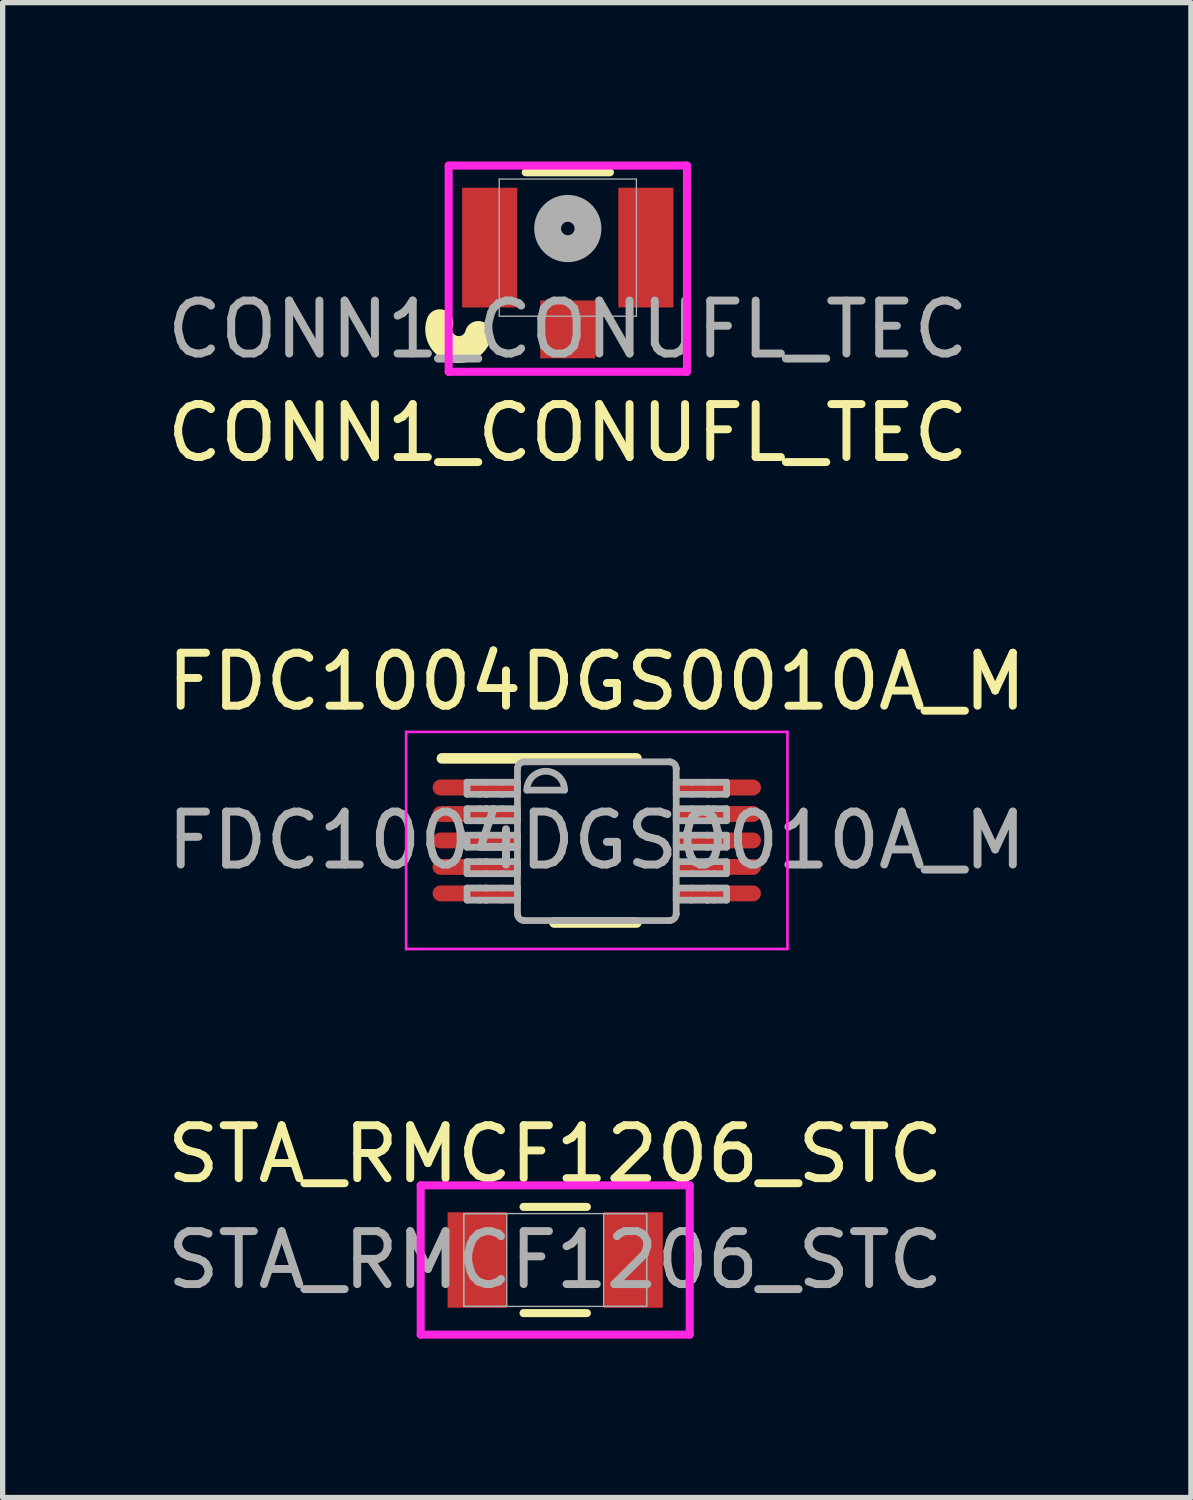
<source format=kicad_pcb>
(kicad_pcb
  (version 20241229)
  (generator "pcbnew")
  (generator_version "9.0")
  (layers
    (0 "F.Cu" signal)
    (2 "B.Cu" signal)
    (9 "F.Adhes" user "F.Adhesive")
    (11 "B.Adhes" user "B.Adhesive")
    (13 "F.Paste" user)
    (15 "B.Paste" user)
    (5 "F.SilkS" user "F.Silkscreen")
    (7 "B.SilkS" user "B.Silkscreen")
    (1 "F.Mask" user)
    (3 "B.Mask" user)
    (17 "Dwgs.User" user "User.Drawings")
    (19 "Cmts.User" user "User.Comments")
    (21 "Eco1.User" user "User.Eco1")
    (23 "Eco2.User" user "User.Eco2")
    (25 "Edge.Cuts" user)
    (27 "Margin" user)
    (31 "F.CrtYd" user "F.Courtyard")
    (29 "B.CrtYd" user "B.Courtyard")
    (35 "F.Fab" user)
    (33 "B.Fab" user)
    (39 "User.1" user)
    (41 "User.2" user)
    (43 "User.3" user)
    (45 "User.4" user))
  (footprint "CONN1_CONUFL_TEC"
    (layer "F.Cu")
    (at 7.673 1.626)
    (property "Reference" "CONN1_CONUFL_TEC" (at 0 3.5 0) (unlocked yes) (layer "F.SilkS") (effects (font (size 1 1) (thickness 0.15))))
    (attr smd)
    (fp_line (start 0.795 -1.422) (end -0.795 -1.422) (stroke (width 0.152) (type solid)) (layer "F.SilkS"))
    (fp_arc (start -1.688756 1.640841) (mid -2.168571 1.90902) (end -2.416992 1.418683) (stroke (width 0.508) (type solid)) (layer "F.SilkS"))
    (fp_line (start -2.25 -1.549) (end -2.25 2.345) (stroke (width 0.152) (type solid)) (layer "F.CrtYd"))
    (fp_line (start -2.25 2.345) (end 2.25 2.345) (stroke (width 0.152) (type solid)) (layer "F.CrtYd"))
    (fp_line (start 2.25 -1.549) (end -2.25 -1.549) (stroke (width 0.152) (type solid)) (layer "F.CrtYd"))
    (fp_line (start 2.25 2.345) (end 2.25 -1.549) (stroke (width 0.152) (type solid)) (layer "F.CrtYd"))
    (fp_line (start -1.295 -1.295) (end -1.295 1.295) (stroke (width 0.025) (type solid)) (layer "F.Fab"))
    (fp_line (start -1.295 1.295) (end 1.295 1.295) (stroke (width 0.025) (type solid)) (layer "F.Fab"))
    (fp_line (start 1.295 -1.295) (end -1.295 -1.295) (stroke (width 0.025) (type solid)) (layer "F.Fab"))
    (fp_line (start 1.295 1.295) (end 1.295 -1.295) (stroke (width 0.025) (type solid)) (layer "F.Fab"))
    (fp_circle (center 0 -0.36) (end 0.381 -0.36) (stroke (width 0.508) (type solid)) (fill no) (layer "F.Fab"))
    (fp_text user "${REFERENCE}" (at 0 1.545 0) (unlocked yes) (layer "F.Fab") (effects (font (size 1 1) (thickness 0.15))))
    (pad "1" smd rect (at 0 1.545) (size 1.041 1.092) (layers "F.Cu" "F.Mask" "F.Paste"))
    (pad "2" smd rect (at -1.475 0) (size 1.041 2.261) (layers "F.Cu" "F.Mask" "F.Paste"))
    (pad "3" smd rect (at 1.475 0) (size 1.041 2.261) (layers "F.Cu" "F.Mask" "F.Paste")))
  (footprint "FDC1004DGS0010A_M"
    (layer "F.Cu")
    (at 8.22 12.822)
    (property "Reference" "FDC1004DGS0010A_M" (at 0 -3 0) (unlocked yes) (layer "F.SilkS") (effects (font (size 1 1) (thickness 0.15))))
    (attr smd)
    (fp_line (start -2.925 -1.55) (end 0.75 -1.55) (stroke (width 0.2) (type solid)) (layer "F.SilkS"))
    (fp_line (start -0.8 1.55) (end 0.75 1.55) (stroke (width 0.2) (type solid)) (layer "F.SilkS"))
    (fp_line (start -3.6 -2.05) (end 3.6 -2.05) (stroke (width 0.05) (type solid)) (layer "F.CrtYd"))
    (fp_line (start -3.6 2.05) (end -3.6 -2.05) (stroke (width 0.05) (type solid)) (layer "F.CrtYd"))
    (fp_line (start -3.6 2.05) (end 3.6 2.05) (stroke (width 0.05) (type solid)) (layer "F.CrtYd"))
    (fp_line (start 3.6 2.05) (end 3.6 -2.05) (stroke (width 0.05) (type solid)) (layer "F.CrtYd"))
    (fp_line (start -2.45 -1.1) (end -2.21 -1.1) (stroke (width 0.127) (type solid)) (layer "F.Fab"))
    (fp_line (start -2.45 -0.871) (end -2.45 -1.1) (stroke (width 0.127) (type solid)) (layer "F.Fab"))
    (fp_line (start -2.45 -0.871) (end -2.21 -0.871) (stroke (width 0.127) (type solid)) (layer "F.Fab"))
    (fp_line (start -2.45 -0.6) (end -2.21 -0.6) (stroke (width 0.127) (type solid)) (layer "F.Fab"))
    (fp_line (start -2.45 -0.372) (end -2.45 -0.6) (stroke (width 0.127) (type solid)) (layer "F.Fab"))
    (fp_line (start -2.45 -0.372) (end -2.21 -0.372) (stroke (width 0.127) (type solid)) (layer "F.Fab"))
    (fp_line (start -2.45 -0.1) (end -2.21 -0.1) (stroke (width 0.127) (type solid)) (layer "F.Fab"))
    (fp_line (start -2.45 0.128) (end -2.45 -0.1) (stroke (width 0.127) (type solid)) (layer "F.Fab"))
    (fp_line (start -2.45 0.128) (end -2.21 0.128) (stroke (width 0.127) (type solid)) (layer "F.Fab"))
    (fp_line (start -2.45 0.4) (end -2.21 0.4) (stroke (width 0.127) (type solid)) (layer "F.Fab"))
    (fp_line (start -2.45 0.628) (end -2.45 0.4) (stroke (width 0.127) (type solid)) (layer "F.Fab"))
    (fp_line (start -2.45 0.628) (end -2.21 0.628) (stroke (width 0.127) (type solid)) (layer "F.Fab"))
    (fp_line (start -2.45 0.899) (end -2.21 0.899) (stroke (width 0.127) (type solid)) (layer "F.Fab"))
    (fp_line (start -2.45 1.128) (end -2.45 0.899) (stroke (width 0.127) (type solid)) (layer "F.Fab"))
    (fp_line (start -2.45 1.128) (end -2.21 1.128) (stroke (width 0.127) (type solid)) (layer "F.Fab"))
    (fp_line (start -2.21 -1.1) (end -2.09 -1.1) (stroke (width 0.127) (type solid)) (layer "F.Fab"))
    (fp_line (start -2.21 -0.871) (end -2.09 -0.871) (stroke (width 0.127) (type solid)) (layer "F.Fab"))
    (fp_line (start -2.21 -0.6) (end -2.09 -0.6) (stroke (width 0.127) (type solid)) (layer "F.Fab"))
    (fp_line (start -2.21 -0.372) (end -2.09 -0.372) (stroke (width 0.127) (type solid)) (layer "F.Fab"))
    (fp_line (start -2.21 -0.1) (end -2.09 -0.1) (stroke (width 0.127) (type solid)) (layer "F.Fab"))
    (fp_line (start -2.21 0.128) (end -2.09 0.128) (stroke (width 0.127) (type solid)) (layer "F.Fab"))
    (fp_line (start -2.21 0.4) (end -2.09 0.4) (stroke (width 0.127) (type solid)) (layer "F.Fab"))
    (fp_line (start -2.21 0.628) (end -2.09 0.628) (stroke (width 0.127) (type solid)) (layer "F.Fab"))
    (fp_line (start -2.21 0.899) (end -2.09 0.899) (stroke (width 0.127) (type solid)) (layer "F.Fab"))
    (fp_line (start -2.21 1.128) (end -2.09 1.128) (stroke (width 0.127) (type solid)) (layer "F.Fab"))
    (fp_line (start -2.09 -1.1) (end -2.087 -1.1) (stroke (width 0.127) (type solid)) (layer "F.Fab"))
    (fp_line (start -2.09 -0.871) (end -2.087 -0.871) (stroke (width 0.127) (type solid)) (layer "F.Fab"))
    (fp_line (start -2.09 -0.6) (end -2.087 -0.6) (stroke (width 0.127) (type solid)) (layer "F.Fab"))
    (fp_line (start -2.09 -0.372) (end -2.087 -0.372) (stroke (width 0.127) (type solid)) (layer "F.Fab"))
    (fp_line (start -2.09 -0.1) (end -2.087 -0.1) (stroke (width 0.127) (type solid)) (layer "F.Fab"))
    (fp_line (start -2.09 0.128) (end -2.087 0.128) (stroke (width 0.127) (type solid)) (layer "F.Fab"))
    (fp_line (start -2.09 0.4) (end -2.087 0.4) (stroke (width 0.127) (type solid)) (layer "F.Fab"))
    (fp_line (start -2.09 0.628) (end -2.087 0.628) (stroke (width 0.127) (type solid)) (layer "F.Fab"))
    (fp_line (start -2.09 0.899) (end -2.087 0.899) (stroke (width 0.127) (type solid)) (layer "F.Fab"))
    (fp_line (start -2.09 1.128) (end -2.087 1.128) (stroke (width 0.127) (type solid)) (layer "F.Fab"))
    (fp_line (start -2.087 -1.1) (end -1.784 -1.1) (stroke (width 0.127) (type solid)) (layer "F.Fab"))
    (fp_line (start -2.087 -0.871) (end -1.784 -0.871) (stroke (width 0.127) (type solid)) (layer "F.Fab"))
    (fp_line (start -2.087 -0.6) (end -1.784 -0.6) (stroke (width 0.127) (type solid)) (layer "F.Fab"))
    (fp_line (start -2.087 -0.372) (end -1.784 -0.372) (stroke (width 0.127) (type solid)) (layer "F.Fab"))
    (fp_line (start -2.087 -0.1) (end -1.784 -0.1) (stroke (width 0.127) (type solid)) (layer "F.Fab"))
    (fp_line (start -2.087 0.128) (end -1.784 0.128) (stroke (width 0.127) (type solid)) (layer "F.Fab"))
    (fp_line (start -2.087 0.4) (end -1.784 0.4) (stroke (width 0.127) (type solid)) (layer "F.Fab"))
    (fp_line (start -2.087 0.628) (end -1.784 0.628) (stroke (width 0.127) (type solid)) (layer "F.Fab"))
    (fp_line (start -2.087 0.899) (end -1.784 0.899) (stroke (width 0.127) (type solid)) (layer "F.Fab"))
    (fp_line (start -2.087 1.128) (end -1.784 1.128) (stroke (width 0.127) (type solid)) (layer "F.Fab"))
    (fp_line (start -1.784 -1.1) (end -1.498 -1.1) (stroke (width 0.127) (type solid)) (layer "F.Fab"))
    (fp_line (start -1.784 -0.871) (end -1.498 -0.871) (stroke (width 0.127) (type solid)) (layer "F.Fab"))
    (fp_line (start -1.784 -0.6) (end -1.498 -0.6) (stroke (width 0.127) (type solid)) (layer "F.Fab"))
    (fp_line (start -1.784 -0.372) (end -1.498 -0.372) (stroke (width 0.127) (type solid)) (layer "F.Fab"))
    (fp_line (start -1.784 -0.1) (end -1.498 -0.1) (stroke (width 0.127) (type solid)) (layer "F.Fab"))
    (fp_line (start -1.784 0.128) (end -1.498 0.128) (stroke (width 0.127) (type solid)) (layer "F.Fab"))
    (fp_line (start -1.784 0.4) (end -1.498 0.4) (stroke (width 0.127) (type solid)) (layer "F.Fab"))
    (fp_line (start -1.784 0.628) (end -1.498 0.628) (stroke (width 0.127) (type solid)) (layer "F.Fab"))
    (fp_line (start -1.784 0.899) (end -1.498 0.899) (stroke (width 0.127) (type solid)) (layer "F.Fab"))
    (fp_line (start -1.784 1.128) (end -1.498 1.128) (stroke (width 0.127) (type solid)) (layer "F.Fab"))
    (fp_line (start -1.498 -1.358) (end -1.497 -1.36) (stroke (width 0.127) (type solid)) (layer "F.Fab"))
    (fp_line (start -1.498 -0.871) (end -1.498 -1.1) (stroke (width 0.127) (type solid)) (layer "F.Fab"))
    (fp_line (start -1.498 -0.372) (end -1.498 -0.6) (stroke (width 0.127) (type solid)) (layer "F.Fab"))
    (fp_line (start -1.498 0.128) (end -1.498 -0.1) (stroke (width 0.127) (type solid)) (layer "F.Fab"))
    (fp_line (start -1.498 0.628) (end -1.498 0.4) (stroke (width 0.127) (type solid)) (layer "F.Fab"))
    (fp_line (start -1.498 1.128) (end -1.498 0.899) (stroke (width 0.127) (type solid)) (layer "F.Fab"))
    (fp_line (start -1.498 1.386) (end -1.498 -1.358) (stroke (width 0.127) (type solid)) (layer "F.Fab"))
    (fp_line (start -1.498 1.386) (end -1.497 1.388) (stroke (width 0.127) (type solid)) (layer "F.Fab"))
    (fp_line (start -1.373 -1.485) (end -1.371 -1.485) (stroke (width 0.127) (type solid)) (layer "F.Fab"))
    (fp_line (start -1.373 1.513) (end -1.371 1.513) (stroke (width 0.127) (type solid)) (layer "F.Fab"))
    (fp_line (start -1.371 -1.485) (end 1.373 -1.485) (stroke (width 0.127) (type solid)) (layer "F.Fab"))
    (fp_line (start -1.371 1.513) (end 1.373 1.513) (stroke (width 0.127) (type solid)) (layer "F.Fab"))
    (fp_line (start -1.32 -0.951) (end -0.609 -0.951) (stroke (width 0.127) (type solid)) (layer "F.Fab"))
    (fp_line (start 1.373 -1.485) (end 1.375 -1.485) (stroke (width 0.127) (type solid)) (layer "F.Fab"))
    (fp_line (start 1.373 1.513) (end 1.375 1.513) (stroke (width 0.127) (type solid)) (layer "F.Fab"))
    (fp_line (start 1.5 -1.36) (end 1.5 -1.358) (stroke (width 0.127) (type solid)) (layer "F.Fab"))
    (fp_line (start 1.5 1.388) (end 1.5 1.386) (stroke (width 0.127) (type solid)) (layer "F.Fab"))
    (fp_line (start 1.5 -1.1) (end 1.786 -1.1) (stroke (width 0.127) (type solid)) (layer "F.Fab"))
    (fp_line (start 1.5 -0.871) (end 1.5 -1.1) (stroke (width 0.127) (type solid)) (layer "F.Fab"))
    (fp_line (start 1.5 -0.871) (end 1.786 -0.871) (stroke (width 0.127) (type solid)) (layer "F.Fab"))
    (fp_line (start 1.5 -0.6) (end 1.786 -0.6) (stroke (width 0.127) (type solid)) (layer "F.Fab"))
    (fp_line (start 1.5 -0.372) (end 1.5 -0.6) (stroke (width 0.127) (type solid)) (layer "F.Fab"))
    (fp_line (start 1.5 -0.372) (end 1.786 -0.372) (stroke (width 0.127) (type solid)) (layer "F.Fab"))
    (fp_line (start 1.5 -0.1) (end 1.786 -0.1) (stroke (width 0.127) (type solid)) (layer "F.Fab"))
    (fp_line (start 1.5 0.128) (end 1.5 -0.1) (stroke (width 0.127) (type solid)) (layer "F.Fab"))
    (fp_line (start 1.5 0.128) (end 1.786 0.128) (stroke (width 0.127) (type solid)) (layer "F.Fab"))
    (fp_line (start 1.5 0.4) (end 1.786 0.4) (stroke (width 0.127) (type solid)) (layer "F.Fab"))
    (fp_line (start 1.5 0.628) (end 1.5 0.4) (stroke (width 0.127) (type solid)) (layer "F.Fab"))
    (fp_line (start 1.5 0.628) (end 1.786 0.628) (stroke (width 0.127) (type solid)) (layer "F.Fab"))
    (fp_line (start 1.5 0.899) (end 1.786 0.899) (stroke (width 0.127) (type solid)) (layer "F.Fab"))
    (fp_line (start 1.5 1.128) (end 1.5 0.899) (stroke (width 0.127) (type solid)) (layer "F.Fab"))
    (fp_line (start 1.5 1.128) (end 1.786 1.128) (stroke (width 0.127) (type solid)) (layer "F.Fab"))
    (fp_line (start 1.5 1.386) (end 1.5 -1.358) (stroke (width 0.127) (type solid)) (layer "F.Fab"))
    (fp_line (start 1.786 -1.1) (end 2.089 -1.1) (stroke (width 0.127) (type solid)) (layer "F.Fab"))
    (fp_line (start 1.786 -0.871) (end 2.089 -0.871) (stroke (width 0.127) (type solid)) (layer "F.Fab"))
    (fp_line (start 1.786 -0.6) (end 2.089 -0.6) (stroke (width 0.127) (type solid)) (layer "F.Fab"))
    (fp_line (start 1.786 -0.372) (end 2.089 -0.372) (stroke (width 0.127) (type solid)) (layer "F.Fab"))
    (fp_line (start 1.786 -0.1) (end 2.089 -0.1) (stroke (width 0.127) (type solid)) (layer "F.Fab"))
    (fp_line (start 1.786 0.128) (end 2.089 0.128) (stroke (width 0.127) (type solid)) (layer "F.Fab"))
    (fp_line (start 1.786 0.4) (end 2.089 0.4) (stroke (width 0.127) (type solid)) (layer "F.Fab"))
    (fp_line (start 1.786 0.628) (end 2.089 0.628) (stroke (width 0.127) (type solid)) (layer "F.Fab"))
    (fp_line (start 1.786 0.899) (end 2.089 0.899) (stroke (width 0.127) (type solid)) (layer "F.Fab"))
    (fp_line (start 1.786 1.128) (end 2.089 1.128) (stroke (width 0.127) (type solid)) (layer "F.Fab"))
    (fp_line (start 2.089 -1.1) (end 2.093 -1.1) (stroke (width 0.127) (type solid)) (layer "F.Fab"))
    (fp_line (start 2.089 -0.871) (end 2.093 -0.871) (stroke (width 0.127) (type solid)) (layer "F.Fab"))
    (fp_line (start 2.089 -0.6) (end 2.093 -0.6) (stroke (width 0.127) (type solid)) (layer "F.Fab"))
    (fp_line (start 2.089 -0.372) (end 2.093 -0.372) (stroke (width 0.127) (type solid)) (layer "F.Fab"))
    (fp_line (start 2.089 -0.1) (end 2.093 -0.1) (stroke (width 0.127) (type solid)) (layer "F.Fab"))
    (fp_line (start 2.089 0.128) (end 2.093 0.128) (stroke (width 0.127) (type solid)) (layer "F.Fab"))
    (fp_line (start 2.089 0.4) (end 2.093 0.4) (stroke (width 0.127) (type solid)) (layer "F.Fab"))
    (fp_line (start 2.089 0.628) (end 2.093 0.628) (stroke (width 0.127) (type solid)) (layer "F.Fab"))
    (fp_line (start 2.089 0.899) (end 2.093 0.899) (stroke (width 0.127) (type solid)) (layer "F.Fab"))
    (fp_line (start 2.089 1.128) (end 2.093 1.128) (stroke (width 0.127) (type solid)) (layer "F.Fab"))
    (fp_line (start 2.093 -1.1) (end 2.213 -1.1) (stroke (width 0.127) (type solid)) (layer "F.Fab"))
    (fp_line (start 2.093 -0.871) (end 2.213 -0.871) (stroke (width 0.127) (type solid)) (layer "F.Fab"))
    (fp_line (start 2.093 -0.6) (end 2.213 -0.6) (stroke (width 0.127) (type solid)) (layer "F.Fab"))
    (fp_line (start 2.093 -0.372) (end 2.213 -0.372) (stroke (width 0.127) (type solid)) (layer "F.Fab"))
    (fp_line (start 2.093 -0.1) (end 2.213 -0.1) (stroke (width 0.127) (type solid)) (layer "F.Fab"))
    (fp_line (start 2.093 0.128) (end 2.213 0.128) (stroke (width 0.127) (type solid)) (layer "F.Fab"))
    (fp_line (start 2.093 0.4) (end 2.213 0.4) (stroke (width 0.127) (type solid)) (layer "F.Fab"))
    (fp_line (start 2.093 0.628) (end 2.213 0.628) (stroke (width 0.127) (type solid)) (layer "F.Fab"))
    (fp_line (start 2.093 0.899) (end 2.213 0.899) (stroke (width 0.127) (type solid)) (layer "F.Fab"))
    (fp_line (start 2.093 1.128) (end 2.213 1.128) (stroke (width 0.127) (type solid)) (layer "F.Fab"))
    (fp_line (start 2.213 -1.1) (end 2.452 -1.1) (stroke (width 0.127) (type solid)) (layer "F.Fab"))
    (fp_line (start 2.213 -0.871) (end 2.452 -0.871) (stroke (width 0.127) (type solid)) (layer "F.Fab"))
    (fp_line (start 2.213 -0.6) (end 2.452 -0.6) (stroke (width 0.127) (type solid)) (layer "F.Fab"))
    (fp_line (start 2.213 -0.372) (end 2.452 -0.372) (stroke (width 0.127) (type solid)) (layer "F.Fab"))
    (fp_line (start 2.213 -0.1) (end 2.452 -0.1) (stroke (width 0.127) (type solid)) (layer "F.Fab"))
    (fp_line (start 2.213 0.128) (end 2.452 0.128) (stroke (width 0.127) (type solid)) (layer "F.Fab"))
    (fp_line (start 2.213 0.4) (end 2.452 0.4) (stroke (width 0.127) (type solid)) (layer "F.Fab"))
    (fp_line (start 2.213 0.628) (end 2.452 0.628) (stroke (width 0.127) (type solid)) (layer "F.Fab"))
    (fp_line (start 2.213 0.899) (end 2.452 0.899) (stroke (width 0.127) (type solid)) (layer "F.Fab"))
    (fp_line (start 2.213 1.128) (end 2.452 1.128) (stroke (width 0.127) (type solid)) (layer "F.Fab"))
    (fp_line (start 2.452 -0.871) (end 2.452 -1.1) (stroke (width 0.127) (type solid)) (layer "F.Fab"))
    (fp_line (start 2.452 -0.372) (end 2.452 -0.6) (stroke (width 0.127) (type solid)) (layer "F.Fab"))
    (fp_line (start 2.452 0.128) (end 2.452 -0.1) (stroke (width 0.127) (type solid)) (layer "F.Fab"))
    (fp_line (start 2.452 0.628) (end 2.452 0.4) (stroke (width 0.127) (type solid)) (layer "F.Fab"))
    (fp_line (start 2.452 1.128) (end 2.452 0.899) (stroke (width 0.127) (type solid)) (layer "F.Fab"))
    (fp_arc (start -1.49745 -1.360299) (mid -1.460293 -1.447356) (end -1.373243 -1.484531) (stroke (width 0.127) (type solid)) (layer "F.Fab"))
    (fp_arc (start -1.373243 1.512619) (mid -1.460293 1.475444) (end -1.49745 1.388386) (stroke (width 0.127) (type solid)) (layer "F.Fab"))
    (fp_arc (start -1.3197 -0.951156) (mid -0.9641 -1.306756) (end -0.6085 -0.951156) (stroke (width 0.127) (type solid)) (layer "F.Fab"))
    (fp_arc (start 1.375443 -1.484532) (mid 1.462505 -1.447362) (end 1.499675 -1.360299) (stroke (width 0.127) (type solid)) (layer "F.Fab"))
    (fp_arc (start 1.499675 1.388387) (mid 1.462505 1.475449) (end 1.375443 1.512619) (stroke (width 0.127) (type solid)) (layer "F.Fab"))
    (fp_text user "${REFERENCE}" (at 0 0 0) (unlocked yes) (layer "F.Fab") (effects (font (size 1 1) (thickness 0.15))))
    (pad "1" smd oval (at -2.325 -1 90) (size 0.3 1.55) (layers "F.Cu" "F.Mask" "F.Paste"))
    (pad "2" smd oval (at -2.325 -0.5 90) (size 0.3 1.55) (layers "F.Cu" "F.Mask" "F.Paste"))
    (pad "3" smd oval (at -2.325 0 90) (size 0.3 1.55) (layers "F.Cu" "F.Mask" "F.Paste"))
    (pad "4" smd oval (at -2.325 0.5 90) (size 0.3 1.55) (layers "F.Cu" "F.Mask" "F.Paste"))
    (pad "5" smd oval (at -2.325 1 90) (size 0.3 1.55) (layers "F.Cu" "F.Mask" "F.Paste"))
    (pad "6" smd oval (at 2.325 1 90) (size 0.3 1.55) (layers "F.Cu" "F.Mask" "F.Paste"))
    (pad "7" smd oval (at 2.325 0.5 90) (size 0.3 1.55) (layers "F.Cu" "F.Mask" "F.Paste"))
    (pad "8" smd oval (at 2.325 0 90) (size 0.3 1.55) (layers "F.Cu" "F.Mask" "F.Paste"))
    (pad "9" smd oval (at 2.325 -0.5 90) (size 0.3 1.55) (layers "F.Cu" "F.Mask" "F.Paste"))
    (pad "10" smd oval (at 2.325 -1 90) (size 0.3 1.55) (layers "F.Cu" "F.Mask" "F.Paste")))
  (footprint "STA_RMCF1206_STC"
    (layer "F.Cu")
    (at 7.435 20.745)
    (property "Reference" "STA_RMCF1206_STC" (at 0 -2 0) (unlocked yes) (layer "F.SilkS") (effects (font (size 1 1) (thickness 0.15))))
    (attr smd)
    (fp_line (start -0.598 1.003) (end 0.598 1.003) (stroke (width 0.152) (type solid)) (layer "F.SilkS"))
    (fp_line (start 0.598 -1.003) (end -0.598 -1.003) (stroke (width 0.152) (type solid)) (layer "F.SilkS"))
    (fp_line (start -2.54 -1.41) (end 2.54 -1.41) (stroke (width 0.152) (type solid)) (layer "F.CrtYd"))
    (fp_line (start -2.54 1.41) (end -2.54 -1.41) (stroke (width 0.152) (type solid)) (layer "F.CrtYd"))
    (fp_line (start 2.54 -1.41) (end 2.54 1.41) (stroke (width 0.152) (type solid)) (layer "F.CrtYd"))
    (fp_line (start 2.54 1.41) (end -2.54 1.41) (stroke (width 0.152) (type solid)) (layer "F.CrtYd"))
    (fp_line (start -1.727 -0.876) (end -1.727 0.876) (stroke (width 0.025) (type solid)) (layer "F.Fab"))
    (fp_line (start -1.727 -0.876) (end -1.727 0.876) (stroke (width 0.025) (type solid)) (layer "F.Fab"))
    (fp_line (start -1.727 0.876) (end -0.914 0.876) (stroke (width 0.025) (type solid)) (layer "F.Fab"))
    (fp_line (start -1.727 0.876) (end 1.727 0.876) (stroke (width 0.025) (type solid)) (layer "F.Fab"))
    (fp_line (start -0.914 -0.876) (end -1.727 -0.876) (stroke (width 0.025) (type solid)) (layer "F.Fab"))
    (fp_line (start -0.914 0.876) (end -0.914 -0.876) (stroke (width 0.025) (type solid)) (layer "F.Fab"))
    (fp_line (start 0.914 -0.876) (end 0.914 0.876) (stroke (width 0.025) (type solid)) (layer "F.Fab"))
    (fp_line (start 0.914 0.876) (end 1.727 0.876) (stroke (width 0.025) (type solid)) (layer "F.Fab"))
    (fp_line (start 1.727 -0.876) (end -1.727 -0.876) (stroke (width 0.025) (type solid)) (layer "F.Fab"))
    (fp_line (start 1.727 -0.876) (end 0.914 -0.876) (stroke (width 0.025) (type solid)) (layer "F.Fab"))
    (fp_line (start 1.727 0.876) (end 1.727 -0.876) (stroke (width 0.025) (type solid)) (layer "F.Fab"))
    (fp_line (start 1.727 0.876) (end 1.727 -0.876) (stroke (width 0.025) (type solid)) (layer "F.Fab"))
    (fp_text user "${REFERENCE}" (at 0 0 0) (unlocked yes) (layer "F.Fab") (effects (font (size 1 1) (thickness 0.15))))
    (pad "1" smd rect (at -1.473 0) (size 1.118 1.803) (layers "F.Cu" "F.Mask" "F.Paste"))
    (pad "2" smd rect (at 1.473 0) (size 1.118 1.803) (layers "F.Cu" "F.Mask" "F.Paste"))
    (zone (net_name "") (layer "F.Cu") (hatch full 0.508) (connect_pads) (min_thickness 0.254) (filled_areas_thickness no) (keepout (tracks not_allowed) (vias not_allowed) (pads allowed) (copperpour not_allowed) (footprints allowed)) (placement (enabled no)) (fill) (polygon (pts (xy 6.571 19.92) (xy 8.298 19.92) (xy 8.298 21.571) (xy 6.571 21.571)))))
  (gr_rect
    (start -3 -3)
    (end 19.44 25.231)
    (stroke (width 0.1) (type default))
    (fill no)
    (layer "Edge.Cuts")))
</source>
